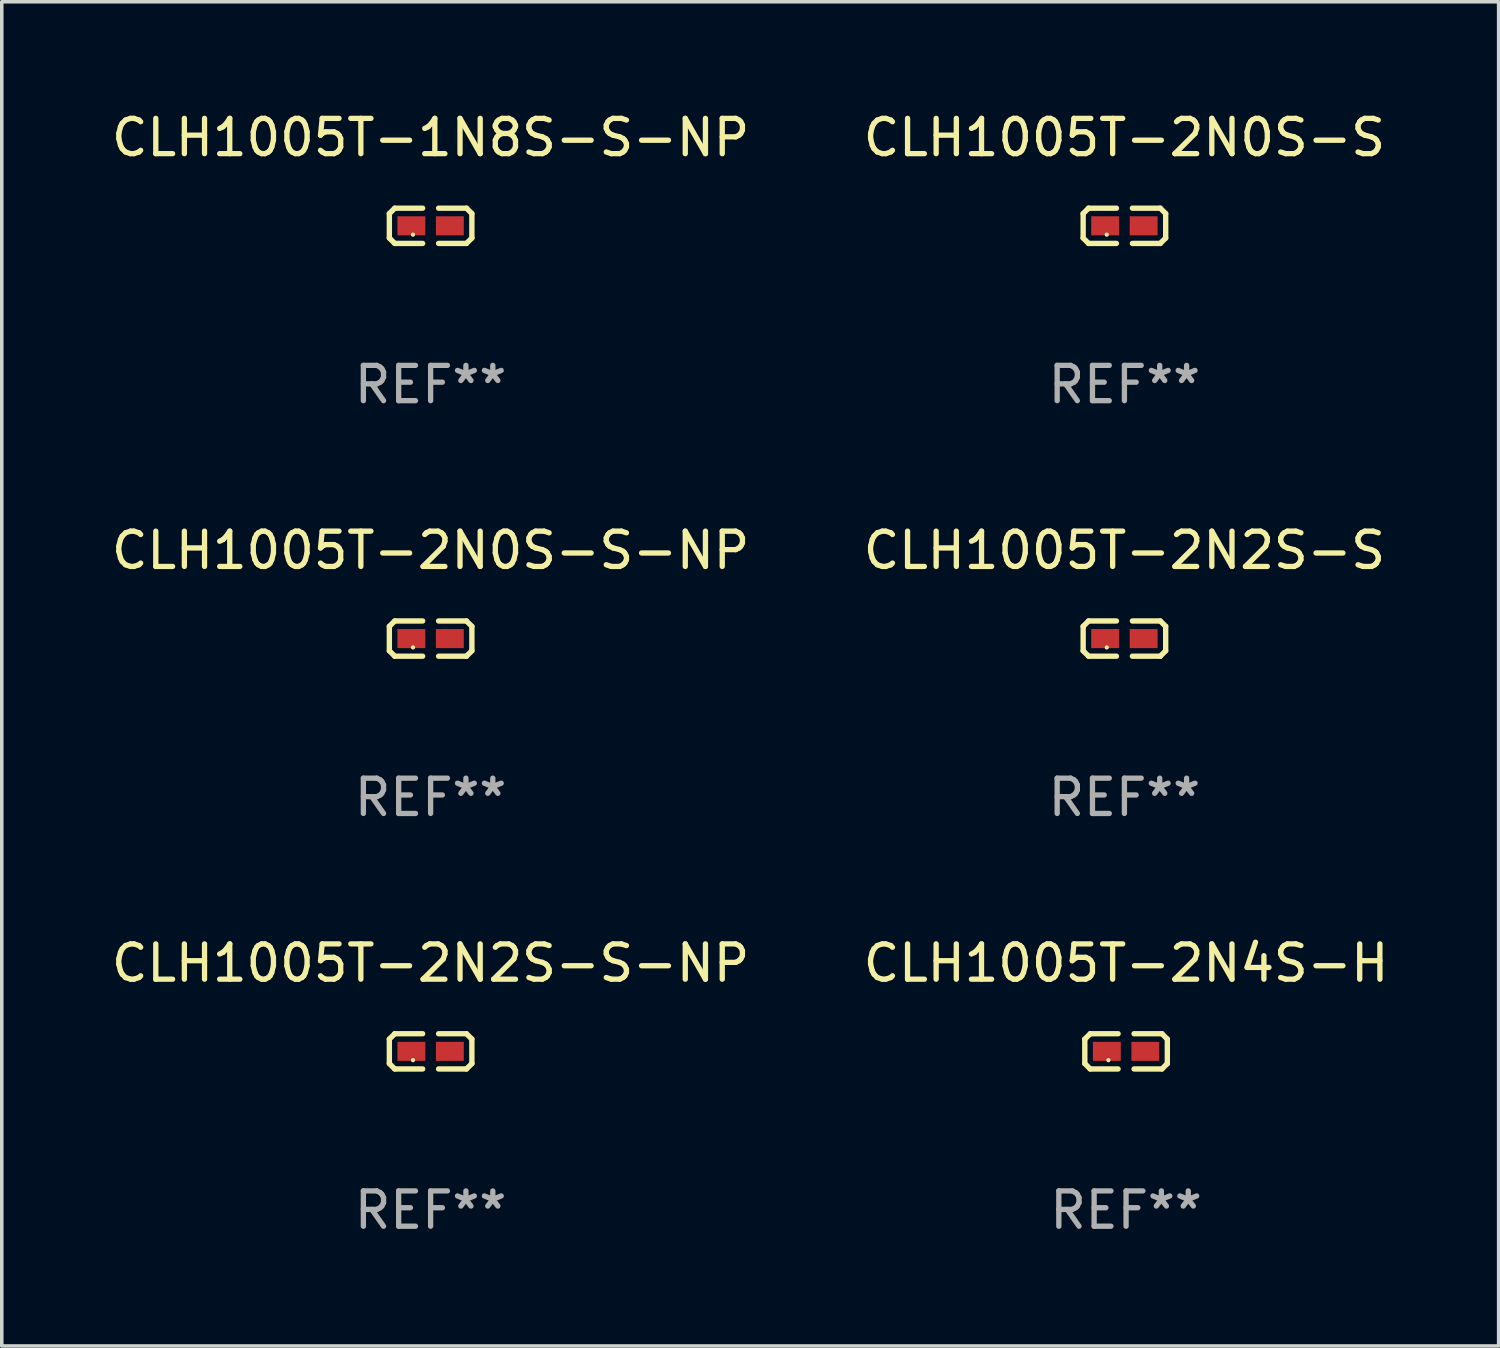
<source format=kicad_pcb>
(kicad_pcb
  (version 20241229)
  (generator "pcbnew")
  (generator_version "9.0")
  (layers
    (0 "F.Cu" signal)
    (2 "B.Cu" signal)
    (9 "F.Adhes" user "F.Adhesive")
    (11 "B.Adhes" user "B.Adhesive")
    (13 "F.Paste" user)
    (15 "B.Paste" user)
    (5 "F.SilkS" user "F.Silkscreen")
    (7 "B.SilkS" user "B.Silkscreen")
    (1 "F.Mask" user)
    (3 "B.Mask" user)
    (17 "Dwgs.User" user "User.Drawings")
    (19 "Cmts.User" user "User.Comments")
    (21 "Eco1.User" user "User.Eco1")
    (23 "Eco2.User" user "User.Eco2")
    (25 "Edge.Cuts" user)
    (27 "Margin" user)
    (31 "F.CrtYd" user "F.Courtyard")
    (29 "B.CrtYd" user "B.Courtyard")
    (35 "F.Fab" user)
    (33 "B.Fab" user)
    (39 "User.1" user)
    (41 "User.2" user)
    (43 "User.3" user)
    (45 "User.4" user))
  (footprint "CLH1005T-2N0S-S-NP"
    (layer "F.Cu")
    (at 9.149 15.041)
    (property "Reference" "CLH1005T-2N0S-S-NP" (at 0 -2.499 0) (layer "F.SilkS") (effects (font (size 1 1) (thickness 0.15))))
    (attr through_hole)
    (fp_line (start -1.169 -0.346) (end -1.016 -0.499) (stroke (width 0.152) (type solid)) (layer "F.SilkS"))
    (fp_line (start -1.169 0.346) (end -1.169 -0.346) (stroke (width 0.152) (type solid)) (layer "F.SilkS"))
    (fp_line (start -1.016 -0.499) (end -0.226 -0.499) (stroke (width 0.152) (type solid)) (layer "F.SilkS"))
    (fp_line (start -1.016 0.499) (end -1.169 0.346) (stroke (width 0.152) (type solid)) (layer "F.SilkS"))
    (fp_line (start -0.226 0.499) (end -1.016 0.499) (stroke (width 0.152) (type solid)) (layer "F.SilkS"))
    (fp_line (start 0.226 0.499) (end 1.016 0.499) (stroke (width 0.152) (type solid)) (layer "F.SilkS"))
    (fp_line (start 1.016 -0.499) (end 0.226 -0.499) (stroke (width 0.152) (type solid)) (layer "F.SilkS"))
    (fp_line (start 1.016 0.499) (end 1.169 0.346) (stroke (width 0.152) (type solid)) (layer "F.SilkS"))
    (fp_line (start 1.169 -0.346) (end 1.016 -0.499) (stroke (width 0.152) (type solid)) (layer "F.SilkS"))
    (fp_line (start 1.169 0.346) (end 1.169 -0.346) (stroke (width 0.152) (type solid)) (layer "F.SilkS"))
    (fp_circle (center -0.5 0.25) (end -0.47 0.25) (stroke (width 0.06) (type solid)) (fill no) (layer "F.SilkS"))
    (fp_text user "REF**" (at 0 4.499 0) (layer "F.Fab") (effects (font (size 1 1) (thickness 0.15))))
    (pad "1" smd rect (at -0.545 0) (size 0.79 0.54) (layers "F.Cu" "F.Mask" "F.Paste"))
    (pad "2" smd rect (at 0.545 0) (size 0.79 0.54) (layers "F.Cu" "F.Mask" "F.Paste")))
  (footprint "CLH1005T-2N0S-S"
    (layer "F.Cu")
    (at 28.804 3.347)
    (property "Reference" "CLH1005T-2N0S-S" (at 0 -2.499 0) (layer "F.SilkS") (effects (font (size 1 1) (thickness 0.15))))
    (attr through_hole)
    (fp_line (start -1.169 -0.346) (end -1.016 -0.499) (stroke (width 0.152) (type solid)) (layer "F.SilkS"))
    (fp_line (start -1.169 0.346) (end -1.169 -0.346) (stroke (width 0.152) (type solid)) (layer "F.SilkS"))
    (fp_line (start -1.016 -0.499) (end -0.226 -0.499) (stroke (width 0.152) (type solid)) (layer "F.SilkS"))
    (fp_line (start -1.016 0.499) (end -1.169 0.346) (stroke (width 0.152) (type solid)) (layer "F.SilkS"))
    (fp_line (start -0.226 0.499) (end -1.016 0.499) (stroke (width 0.152) (type solid)) (layer "F.SilkS"))
    (fp_line (start 0.226 0.499) (end 1.016 0.499) (stroke (width 0.152) (type solid)) (layer "F.SilkS"))
    (fp_line (start 1.016 -0.499) (end 0.226 -0.499) (stroke (width 0.152) (type solid)) (layer "F.SilkS"))
    (fp_line (start 1.016 0.499) (end 1.169 0.346) (stroke (width 0.152) (type solid)) (layer "F.SilkS"))
    (fp_line (start 1.169 -0.346) (end 1.016 -0.499) (stroke (width 0.152) (type solid)) (layer "F.SilkS"))
    (fp_line (start 1.169 0.346) (end 1.169 -0.346) (stroke (width 0.152) (type solid)) (layer "F.SilkS"))
    (fp_circle (center -0.5 0.25) (end -0.47 0.25) (stroke (width 0.06) (type solid)) (fill no) (layer "F.SilkS"))
    (fp_text user "REF**" (at 0 4.499 0) (layer "F.Fab") (effects (font (size 1 1) (thickness 0.15))))
    (pad "1" smd rect (at -0.545 0) (size 0.79 0.54) (layers "F.Cu" "F.Mask" "F.Paste"))
    (pad "2" smd rect (at 0.545 0) (size 0.79 0.54) (layers "F.Cu" "F.Mask" "F.Paste")))
  (footprint "CLH1005T-1N8S-S-NP"
    (layer "F.Cu")
    (at 9.149 3.347)
    (property "Reference" "CLH1005T-1N8S-S-NP" (at 0 -2.499 0) (layer "F.SilkS") (effects (font (size 1 1) (thickness 0.15))))
    (attr through_hole)
    (fp_line (start -1.169 -0.346) (end -1.016 -0.499) (stroke (width 0.152) (type solid)) (layer "F.SilkS"))
    (fp_line (start -1.169 0.346) (end -1.169 -0.346) (stroke (width 0.152) (type solid)) (layer "F.SilkS"))
    (fp_line (start -1.016 -0.499) (end -0.226 -0.499) (stroke (width 0.152) (type solid)) (layer "F.SilkS"))
    (fp_line (start -1.016 0.499) (end -1.169 0.346) (stroke (width 0.152) (type solid)) (layer "F.SilkS"))
    (fp_line (start -0.226 0.499) (end -1.016 0.499) (stroke (width 0.152) (type solid)) (layer "F.SilkS"))
    (fp_line (start 0.226 0.499) (end 1.016 0.499) (stroke (width 0.152) (type solid)) (layer "F.SilkS"))
    (fp_line (start 1.016 -0.499) (end 0.226 -0.499) (stroke (width 0.152) (type solid)) (layer "F.SilkS"))
    (fp_line (start 1.016 0.499) (end 1.169 0.346) (stroke (width 0.152) (type solid)) (layer "F.SilkS"))
    (fp_line (start 1.169 -0.346) (end 1.016 -0.499) (stroke (width 0.152) (type solid)) (layer "F.SilkS"))
    (fp_line (start 1.169 0.346) (end 1.169 -0.346) (stroke (width 0.152) (type solid)) (layer "F.SilkS"))
    (fp_circle (center -0.5 0.25) (end -0.47 0.25) (stroke (width 0.06) (type solid)) (fill no) (layer "F.SilkS"))
    (fp_text user "REF**" (at 0 4.499 0) (layer "F.Fab") (effects (font (size 1 1) (thickness 0.15))))
    (pad "1" smd rect (at -0.545 0) (size 0.79 0.54) (layers "F.Cu" "F.Mask" "F.Paste"))
    (pad "2" smd rect (at 0.545 0) (size 0.79 0.54) (layers "F.Cu" "F.Mask" "F.Paste")))
  (footprint "CLH1005T-2N2S-S-NP"
    (layer "F.Cu")
    (at 9.149 26.734)
    (property "Reference" "CLH1005T-2N2S-S-NP" (at 0 -2.499 0) (layer "F.SilkS") (effects (font (size 1 1) (thickness 0.15))))
    (attr through_hole)
    (fp_line (start -1.169 -0.346) (end -1.016 -0.499) (stroke (width 0.152) (type solid)) (layer "F.SilkS"))
    (fp_line (start -1.169 0.346) (end -1.169 -0.346) (stroke (width 0.152) (type solid)) (layer "F.SilkS"))
    (fp_line (start -1.016 -0.499) (end -0.226 -0.499) (stroke (width 0.152) (type solid)) (layer "F.SilkS"))
    (fp_line (start -1.016 0.499) (end -1.169 0.346) (stroke (width 0.152) (type solid)) (layer "F.SilkS"))
    (fp_line (start -0.226 0.499) (end -1.016 0.499) (stroke (width 0.152) (type solid)) (layer "F.SilkS"))
    (fp_line (start 0.226 0.499) (end 1.016 0.499) (stroke (width 0.152) (type solid)) (layer "F.SilkS"))
    (fp_line (start 1.016 -0.499) (end 0.226 -0.499) (stroke (width 0.152) (type solid)) (layer "F.SilkS"))
    (fp_line (start 1.016 0.499) (end 1.169 0.346) (stroke (width 0.152) (type solid)) (layer "F.SilkS"))
    (fp_line (start 1.169 -0.346) (end 1.016 -0.499) (stroke (width 0.152) (type solid)) (layer "F.SilkS"))
    (fp_line (start 1.169 0.346) (end 1.169 -0.346) (stroke (width 0.152) (type solid)) (layer "F.SilkS"))
    (fp_circle (center -0.5 0.25) (end -0.47 0.25) (stroke (width 0.06) (type solid)) (fill no) (layer "F.SilkS"))
    (fp_text user "REF**" (at 0 4.499 0) (layer "F.Fab") (effects (font (size 1 1) (thickness 0.15))))
    (pad "1" smd rect (at -0.545 0) (size 0.79 0.54) (layers "F.Cu" "F.Mask" "F.Paste"))
    (pad "2" smd rect (at 0.545 0) (size 0.79 0.54) (layers "F.Cu" "F.Mask" "F.Paste")))
  (footprint "CLH1005T-2N2S-S"
    (layer "F.Cu")
    (at 28.804 15.041)
    (property "Reference" "CLH1005T-2N2S-S" (at 0 -2.499 0) (layer "F.SilkS") (effects (font (size 1 1) (thickness 0.15))))
    (attr through_hole)
    (fp_line (start -1.169 -0.346) (end -1.016 -0.499) (stroke (width 0.152) (type solid)) (layer "F.SilkS"))
    (fp_line (start -1.169 0.346) (end -1.169 -0.346) (stroke (width 0.152) (type solid)) (layer "F.SilkS"))
    (fp_line (start -1.016 -0.499) (end -0.226 -0.499) (stroke (width 0.152) (type solid)) (layer "F.SilkS"))
    (fp_line (start -1.016 0.499) (end -1.169 0.346) (stroke (width 0.152) (type solid)) (layer "F.SilkS"))
    (fp_line (start -0.226 0.499) (end -1.016 0.499) (stroke (width 0.152) (type solid)) (layer "F.SilkS"))
    (fp_line (start 0.226 0.499) (end 1.016 0.499) (stroke (width 0.152) (type solid)) (layer "F.SilkS"))
    (fp_line (start 1.016 -0.499) (end 0.226 -0.499) (stroke (width 0.152) (type solid)) (layer "F.SilkS"))
    (fp_line (start 1.016 0.499) (end 1.169 0.346) (stroke (width 0.152) (type solid)) (layer "F.SilkS"))
    (fp_line (start 1.169 -0.346) (end 1.016 -0.499) (stroke (width 0.152) (type solid)) (layer "F.SilkS"))
    (fp_line (start 1.169 0.346) (end 1.169 -0.346) (stroke (width 0.152) (type solid)) (layer "F.SilkS"))
    (fp_circle (center -0.5 0.25) (end -0.47 0.25) (stroke (width 0.06) (type solid)) (fill no) (layer "F.SilkS"))
    (fp_text user "REF**" (at 0 4.499 0) (layer "F.Fab") (effects (font (size 1 1) (thickness 0.15))))
    (pad "1" smd rect (at -0.545 0) (size 0.79 0.54) (layers "F.Cu" "F.Mask" "F.Paste"))
    (pad "2" smd rect (at 0.545 0) (size 0.79 0.54) (layers "F.Cu" "F.Mask" "F.Paste")))
  (footprint "CLH1005T-2N4S-H"
    (layer "F.Cu")
    (at 28.851 26.734)
    (property "Reference" "CLH1005T-2N4S-H" (at 0 -2.499 0) (layer "F.SilkS") (effects (font (size 1 1) (thickness 0.15))))
    (attr through_hole)
    (fp_line (start -1.169 -0.346) (end -1.016 -0.499) (stroke (width 0.152) (type solid)) (layer "F.SilkS"))
    (fp_line (start -1.169 0.346) (end -1.169 -0.346) (stroke (width 0.152) (type solid)) (layer "F.SilkS"))
    (fp_line (start -1.016 -0.499) (end -0.226 -0.499) (stroke (width 0.152) (type solid)) (layer "F.SilkS"))
    (fp_line (start -1.016 0.499) (end -1.169 0.346) (stroke (width 0.152) (type solid)) (layer "F.SilkS"))
    (fp_line (start -0.226 0.499) (end -1.016 0.499) (stroke (width 0.152) (type solid)) (layer "F.SilkS"))
    (fp_line (start 0.226 0.499) (end 1.016 0.499) (stroke (width 0.152) (type solid)) (layer "F.SilkS"))
    (fp_line (start 1.016 -0.499) (end 0.226 -0.499) (stroke (width 0.152) (type solid)) (layer "F.SilkS"))
    (fp_line (start 1.016 0.499) (end 1.169 0.346) (stroke (width 0.152) (type solid)) (layer "F.SilkS"))
    (fp_line (start 1.169 -0.346) (end 1.016 -0.499) (stroke (width 0.152) (type solid)) (layer "F.SilkS"))
    (fp_line (start 1.169 0.346) (end 1.169 -0.346) (stroke (width 0.152) (type solid)) (layer "F.SilkS"))
    (fp_circle (center -0.5 0.25) (end -0.47 0.25) (stroke (width 0.06) (type solid)) (fill no) (layer "F.SilkS"))
    (fp_text user "REF**" (at 0 4.499 0) (layer "F.Fab") (effects (font (size 1 1) (thickness 0.15))))
    (pad "1" smd rect (at -0.545 0) (size 0.79 0.54) (layers "F.Cu" "F.Mask" "F.Paste"))
    (pad "2" smd rect (at 0.545 0) (size 0.79 0.54) (layers "F.Cu" "F.Mask" "F.Paste")))
  (gr_rect
    (start -3 -3)
    (end 39.405 35.081)
    (stroke (width 0.1) (type default))
    (fill no)
    (layer "Edge.Cuts")))
</source>
